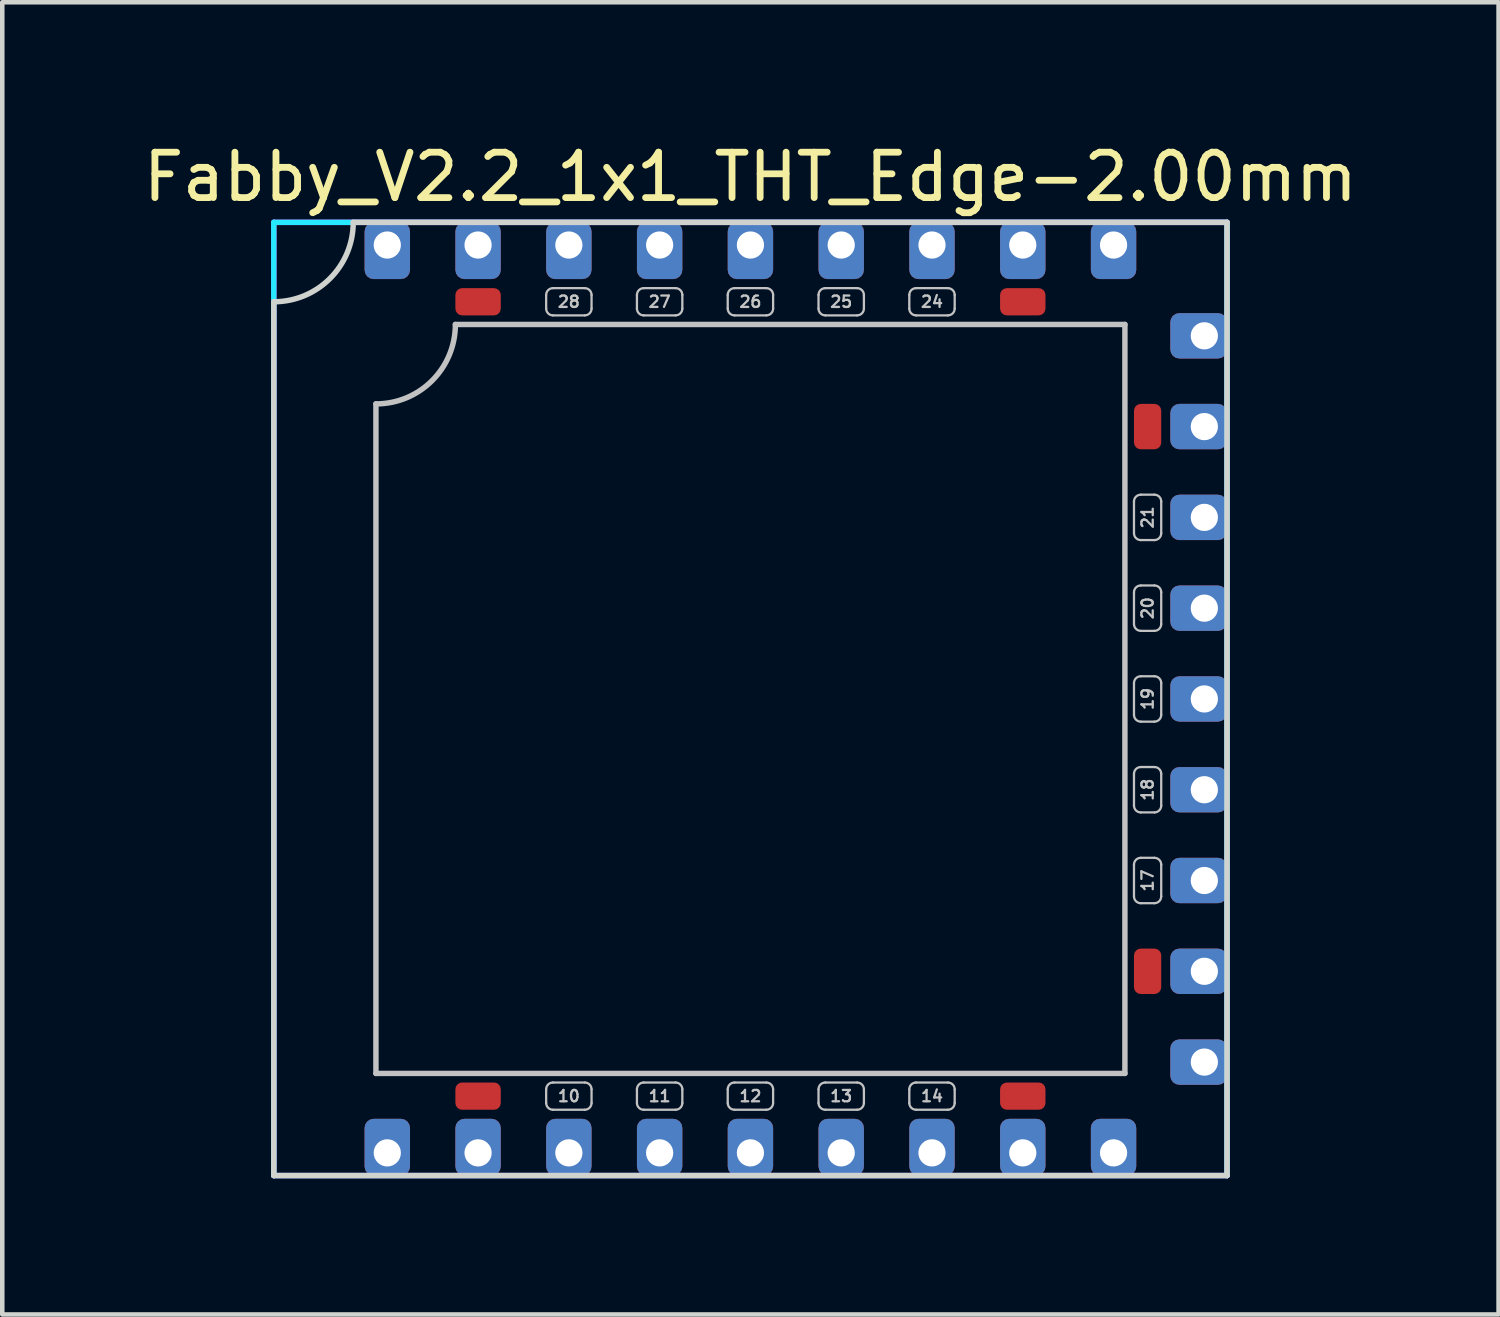
<source format=kicad_pcb>
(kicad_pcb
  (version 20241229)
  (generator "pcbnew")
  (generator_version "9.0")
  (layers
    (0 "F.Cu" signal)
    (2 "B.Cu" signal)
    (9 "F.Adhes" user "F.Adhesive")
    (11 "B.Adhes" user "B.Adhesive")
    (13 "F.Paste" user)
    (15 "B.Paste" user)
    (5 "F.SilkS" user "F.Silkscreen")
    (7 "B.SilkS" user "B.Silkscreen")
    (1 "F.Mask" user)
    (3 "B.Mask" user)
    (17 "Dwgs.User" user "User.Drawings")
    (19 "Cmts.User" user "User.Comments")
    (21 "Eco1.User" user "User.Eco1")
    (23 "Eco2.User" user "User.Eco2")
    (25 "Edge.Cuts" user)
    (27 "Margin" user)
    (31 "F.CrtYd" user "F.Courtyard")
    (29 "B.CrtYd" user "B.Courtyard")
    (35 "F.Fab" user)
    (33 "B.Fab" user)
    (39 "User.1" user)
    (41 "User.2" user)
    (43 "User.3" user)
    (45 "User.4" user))
  (footprint "Fabby_V2.2_1x1_THT_Edge-2.00mm"
    (layer "F.Cu")
    (at 13.482 12.348)
    (property "Reference" "Fabby_V2.2_1x1_THT_Edge-2.00mm" (at 0 -11.5 0) (layer "F.SilkS") (effects (font (size 1 1) (thickness 0.15))))
    (attr through_hole)
    (fp_line (start -8.25 8.25) (end -8.25 -6.5) (stroke (width 0.12) (type solid)) (layer "Dwgs.User"))
    (fp_line (start -6.5 -8.25) (end 8.25 -8.25) (stroke (width 0.12) (type solid)) (layer "Dwgs.User"))
    (fp_line (start -4.5 -8.9) (end -4.5 -8.6) (stroke (width 0.05) (type solid)) (layer "Dwgs.User"))
    (fp_line (start -4.5 8.6) (end -4.5 8.9) (stroke (width 0.05) (type solid)) (layer "Dwgs.User"))
    (fp_line (start -4.35 -9.05) (end -3.65 -9.05) (stroke (width 0.05) (type solid)) (layer "Dwgs.User"))
    (fp_line (start -4.35 -8.45) (end -3.65 -8.45) (stroke (width 0.05) (type solid)) (layer "Dwgs.User"))
    (fp_line (start -4.35 8.45) (end -3.65 8.45) (stroke (width 0.05) (type solid)) (layer "Dwgs.User"))
    (fp_line (start -4.35 9.05) (end -3.65 9.05) (stroke (width 0.05) (type solid)) (layer "Dwgs.User"))
    (fp_line (start -3.5 -8.9) (end -3.5 -8.6) (stroke (width 0.05) (type solid)) (layer "Dwgs.User"))
    (fp_line (start -3.5 8.6) (end -3.5 8.9) (stroke (width 0.05) (type solid)) (layer "Dwgs.User"))
    (fp_line (start -2.5 -8.9) (end -2.5 -8.6) (stroke (width 0.05) (type solid)) (layer "Dwgs.User"))
    (fp_line (start -2.5 8.6) (end -2.5 8.9) (stroke (width 0.05) (type solid)) (layer "Dwgs.User"))
    (fp_line (start -2.35 -9.05) (end -1.65 -9.05) (stroke (width 0.05) (type solid)) (layer "Dwgs.User"))
    (fp_line (start -2.35 -8.45) (end -1.65 -8.45) (stroke (width 0.05) (type solid)) (layer "Dwgs.User"))
    (fp_line (start -2.35 8.45) (end -1.65 8.45) (stroke (width 0.05) (type solid)) (layer "Dwgs.User"))
    (fp_line (start -2.35 9.05) (end -1.65 9.05) (stroke (width 0.05) (type solid)) (layer "Dwgs.User"))
    (fp_line (start -1.5 -8.9) (end -1.5 -8.6) (stroke (width 0.05) (type solid)) (layer "Dwgs.User"))
    (fp_line (start -1.5 8.6) (end -1.5 8.9) (stroke (width 0.05) (type solid)) (layer "Dwgs.User"))
    (fp_line (start -0.5 -8.9) (end -0.5 -8.6) (stroke (width 0.05) (type solid)) (layer "Dwgs.User"))
    (fp_line (start -0.5 8.6) (end -0.5 8.9) (stroke (width 0.05) (type solid)) (layer "Dwgs.User"))
    (fp_line (start -0.35 -9.05) (end 0.35 -9.05) (stroke (width 0.05) (type solid)) (layer "Dwgs.User"))
    (fp_line (start -0.35 -8.45) (end 0.35 -8.45) (stroke (width 0.05) (type solid)) (layer "Dwgs.User"))
    (fp_line (start -0.35 8.45) (end 0.35 8.45) (stroke (width 0.05) (type solid)) (layer "Dwgs.User"))
    (fp_line (start -0.35 9.05) (end 0.35 9.05) (stroke (width 0.05) (type solid)) (layer "Dwgs.User"))
    (fp_line (start 0.5 -8.9) (end 0.5 -8.6) (stroke (width 0.05) (type solid)) (layer "Dwgs.User"))
    (fp_line (start 0.5 8.6) (end 0.5 8.9) (stroke (width 0.05) (type solid)) (layer "Dwgs.User"))
    (fp_line (start 1.5 -8.9) (end 1.5 -8.6) (stroke (width 0.05) (type solid)) (layer "Dwgs.User"))
    (fp_line (start 1.5 8.6) (end 1.5 8.9) (stroke (width 0.05) (type solid)) (layer "Dwgs.User"))
    (fp_line (start 1.65 -9.05) (end 2.35 -9.05) (stroke (width 0.05) (type solid)) (layer "Dwgs.User"))
    (fp_line (start 1.65 -8.45) (end 2.35 -8.45) (stroke (width 0.05) (type solid)) (layer "Dwgs.User"))
    (fp_line (start 1.65 8.45) (end 2.35 8.45) (stroke (width 0.05) (type solid)) (layer "Dwgs.User"))
    (fp_line (start 1.65 9.05) (end 2.35 9.05) (stroke (width 0.05) (type solid)) (layer "Dwgs.User"))
    (fp_line (start 2.5 -8.9) (end 2.5 -8.6) (stroke (width 0.05) (type solid)) (layer "Dwgs.User"))
    (fp_line (start 2.5 8.6) (end 2.5 8.9) (stroke (width 0.05) (type solid)) (layer "Dwgs.User"))
    (fp_line (start 3.5 -8.9) (end 3.5 -8.6) (stroke (width 0.05) (type solid)) (layer "Dwgs.User"))
    (fp_line (start 3.5 8.6) (end 3.5 8.9) (stroke (width 0.05) (type solid)) (layer "Dwgs.User"))
    (fp_line (start 3.65 -9.05) (end 4.35 -9.05) (stroke (width 0.05) (type solid)) (layer "Dwgs.User"))
    (fp_line (start 3.65 -8.45) (end 4.35 -8.45) (stroke (width 0.05) (type solid)) (layer "Dwgs.User"))
    (fp_line (start 3.65 8.45) (end 4.35 8.45) (stroke (width 0.05) (type solid)) (layer "Dwgs.User"))
    (fp_line (start 3.65 9.05) (end 4.35 9.05) (stroke (width 0.05) (type solid)) (layer "Dwgs.User"))
    (fp_line (start 4.5 -8.9) (end 4.5 -8.6) (stroke (width 0.05) (type solid)) (layer "Dwgs.User"))
    (fp_line (start 4.5 8.6) (end 4.5 8.9) (stroke (width 0.05) (type solid)) (layer "Dwgs.User"))
    (fp_line (start 8.25 -8.25) (end 8.25 8.25) (stroke (width 0.12) (type solid)) (layer "Dwgs.User"))
    (fp_line (start 8.25 8.25) (end -8.25 8.25) (stroke (width 0.12) (type solid)) (layer "Dwgs.User"))
    (fp_line (start 8.45 -4.35) (end 8.45 -3.65) (stroke (width 0.05) (type solid)) (layer "Dwgs.User"))
    (fp_line (start 8.45 -2.35) (end 8.45 -1.65) (stroke (width 0.05) (type solid)) (layer "Dwgs.User"))
    (fp_line (start 8.45 -0.35) (end 8.45 0.35) (stroke (width 0.05) (type solid)) (layer "Dwgs.User"))
    (fp_line (start 8.45 1.65) (end 8.45 2.35) (stroke (width 0.05) (type solid)) (layer "Dwgs.User"))
    (fp_line (start 8.45 3.65) (end 8.45 4.35) (stroke (width 0.05) (type solid)) (layer "Dwgs.User"))
    (fp_line (start 8.9 -4.5) (end 8.6 -4.5) (stroke (width 0.05) (type solid)) (layer "Dwgs.User"))
    (fp_line (start 8.9 -3.5) (end 8.6 -3.5) (stroke (width 0.05) (type solid)) (layer "Dwgs.User"))
    (fp_line (start 8.9 -2.5) (end 8.6 -2.5) (stroke (width 0.05) (type solid)) (layer "Dwgs.User"))
    (fp_line (start 8.9 -1.5) (end 8.6 -1.5) (stroke (width 0.05) (type solid)) (layer "Dwgs.User"))
    (fp_line (start 8.9 -0.5) (end 8.6 -0.5) (stroke (width 0.05) (type solid)) (layer "Dwgs.User"))
    (fp_line (start 8.9 0.5) (end 8.6 0.5) (stroke (width 0.05) (type solid)) (layer "Dwgs.User"))
    (fp_line (start 8.9 1.5) (end 8.6 1.5) (stroke (width 0.05) (type solid)) (layer "Dwgs.User"))
    (fp_line (start 8.9 2.5) (end 8.6 2.5) (stroke (width 0.05) (type solid)) (layer "Dwgs.User"))
    (fp_line (start 8.9 3.5) (end 8.6 3.5) (stroke (width 0.05) (type solid)) (layer "Dwgs.User"))
    (fp_line (start 8.9 4.5) (end 8.6 4.5) (stroke (width 0.05) (type solid)) (layer "Dwgs.User"))
    (fp_line (start 9.05 -4.35) (end 9.05 -3.65) (stroke (width 0.05) (type solid)) (layer "Dwgs.User"))
    (fp_line (start 9.05 -2.35) (end 9.05 -1.65) (stroke (width 0.05) (type solid)) (layer "Dwgs.User"))
    (fp_line (start 9.05 -0.35) (end 9.05 0.35) (stroke (width 0.05) (type solid)) (layer "Dwgs.User"))
    (fp_line (start 9.05 1.65) (end 9.05 2.35) (stroke (width 0.05) (type solid)) (layer "Dwgs.User"))
    (fp_line (start 9.05 3.65) (end 9.05 4.35) (stroke (width 0.05) (type solid)) (layer "Dwgs.User"))
    (fp_arc (start -6.5 -8.25) (mid -7.012563 -7.012563) (end -8.25 -6.5) (stroke (width 0.12) (type solid)) (layer "Dwgs.User"))
    (fp_arc (start -4.5 -8.9) (mid -4.456066 -9.006066) (end -4.35 -9.05) (stroke (width 0.05) (type solid)) (layer "Dwgs.User"))
    (fp_arc (start -4.5 8.6) (mid -4.456066 8.493934) (end -4.35 8.45) (stroke (width 0.05) (type solid)) (layer "Dwgs.User"))
    (fp_arc (start -4.35 -8.45) (mid -4.456066 -8.493934) (end -4.5 -8.6) (stroke (width 0.05) (type solid)) (layer "Dwgs.User"))
    (fp_arc (start -4.35 9.05) (mid -4.456066 9.006066) (end -4.5 8.9) (stroke (width 0.05) (type solid)) (layer "Dwgs.User"))
    (fp_arc (start -3.65 -9.05) (mid -3.543934 -9.006066) (end -3.5 -8.9) (stroke (width 0.05) (type solid)) (layer "Dwgs.User"))
    (fp_arc (start -3.65 8.45) (mid -3.543934 8.493934) (end -3.5 8.6) (stroke (width 0.05) (type solid)) (layer "Dwgs.User"))
    (fp_arc (start -3.5 -8.6) (mid -3.543934 -8.493934) (end -3.65 -8.45) (stroke (width 0.05) (type solid)) (layer "Dwgs.User"))
    (fp_arc (start -3.5 8.9) (mid -3.543934 9.006066) (end -3.65 9.05) (stroke (width 0.05) (type solid)) (layer "Dwgs.User"))
    (fp_arc (start -2.5 -8.9) (mid -2.456066 -9.006066) (end -2.35 -9.05) (stroke (width 0.05) (type solid)) (layer "Dwgs.User"))
    (fp_arc (start -2.5 8.6) (mid -2.456066 8.493934) (end -2.35 8.45) (stroke (width 0.05) (type solid)) (layer "Dwgs.User"))
    (fp_arc (start -2.35 -8.45) (mid -2.456066 -8.493934) (end -2.5 -8.6) (stroke (width 0.05) (type solid)) (layer "Dwgs.User"))
    (fp_arc (start -2.35 9.05) (mid -2.456066 9.006066) (end -2.5 8.9) (stroke (width 0.05) (type solid)) (layer "Dwgs.User"))
    (fp_arc (start -1.65 -9.05) (mid -1.543934 -9.006066) (end -1.5 -8.9) (stroke (width 0.05) (type solid)) (layer "Dwgs.User"))
    (fp_arc (start -1.65 8.45) (mid -1.543934 8.493934) (end -1.5 8.6) (stroke (width 0.05) (type solid)) (layer "Dwgs.User"))
    (fp_arc (start -1.5 -8.6) (mid -1.543934 -8.493934) (end -1.65 -8.45) (stroke (width 0.05) (type solid)) (layer "Dwgs.User"))
    (fp_arc (start -1.5 8.9) (mid -1.543934 9.006066) (end -1.65 9.05) (stroke (width 0.05) (type solid)) (layer "Dwgs.User"))
    (fp_arc (start -0.5 -8.9) (mid -0.456066 -9.006066) (end -0.35 -9.05) (stroke (width 0.05) (type solid)) (layer "Dwgs.User"))
    (fp_arc (start -0.5 8.6) (mid -0.456066 8.493934) (end -0.35 8.45) (stroke (width 0.05) (type solid)) (layer "Dwgs.User"))
    (fp_arc (start -0.35 -8.45) (mid -0.456066 -8.493934) (end -0.5 -8.6) (stroke (width 0.05) (type solid)) (layer "Dwgs.User"))
    (fp_arc (start -0.35 9.05) (mid -0.456066 9.006066) (end -0.5 8.9) (stroke (width 0.05) (type solid)) (layer "Dwgs.User"))
    (fp_arc (start 0.35 -9.05) (mid 0.456066 -9.006066) (end 0.5 -8.9) (stroke (width 0.05) (type solid)) (layer "Dwgs.User"))
    (fp_arc (start 0.35 8.45) (mid 0.456066 8.493934) (end 0.5 8.6) (stroke (width 0.05) (type solid)) (layer "Dwgs.User"))
    (fp_arc (start 0.5 -8.6) (mid 0.456066 -8.493934) (end 0.35 -8.45) (stroke (width 0.05) (type solid)) (layer "Dwgs.User"))
    (fp_arc (start 0.5 8.9) (mid 0.456066 9.006066) (end 0.35 9.05) (stroke (width 0.05) (type solid)) (layer "Dwgs.User"))
    (fp_arc (start 1.5 -8.9) (mid 1.543934 -9.006066) (end 1.65 -9.05) (stroke (width 0.05) (type solid)) (layer "Dwgs.User"))
    (fp_arc (start 1.5 8.6) (mid 1.543934 8.493934) (end 1.65 8.45) (stroke (width 0.05) (type solid)) (layer "Dwgs.User"))
    (fp_arc (start 1.65 -8.45) (mid 1.543934 -8.493934) (end 1.5 -8.6) (stroke (width 0.05) (type solid)) (layer "Dwgs.User"))
    (fp_arc (start 1.65 9.05) (mid 1.543934 9.006066) (end 1.5 8.9) (stroke (width 0.05) (type solid)) (layer "Dwgs.User"))
    (fp_arc (start 2.35 -9.05) (mid 2.456066 -9.006066) (end 2.5 -8.9) (stroke (width 0.05) (type solid)) (layer "Dwgs.User"))
    (fp_arc (start 2.35 8.45) (mid 2.456066 8.493934) (end 2.5 8.6) (stroke (width 0.05) (type solid)) (layer "Dwgs.User"))
    (fp_arc (start 2.5 -8.6) (mid 2.456066 -8.493934) (end 2.35 -8.45) (stroke (width 0.05) (type solid)) (layer "Dwgs.User"))
    (fp_arc (start 2.5 8.9) (mid 2.456066 9.006066) (end 2.35 9.05) (stroke (width 0.05) (type solid)) (layer "Dwgs.User"))
    (fp_arc (start 3.5 -8.9) (mid 3.543934 -9.006066) (end 3.65 -9.05) (stroke (width 0.05) (type solid)) (layer "Dwgs.User"))
    (fp_arc (start 3.5 8.6) (mid 3.543934 8.493934) (end 3.65 8.45) (stroke (width 0.05) (type solid)) (layer "Dwgs.User"))
    (fp_arc (start 3.65 -8.45) (mid 3.543934 -8.493934) (end 3.5 -8.6) (stroke (width 0.05) (type solid)) (layer "Dwgs.User"))
    (fp_arc (start 3.65 9.05) (mid 3.543934 9.006066) (end 3.5 8.9) (stroke (width 0.05) (type solid)) (layer "Dwgs.User"))
    (fp_arc (start 4.35 -9.05) (mid 4.456066 -9.006066) (end 4.5 -8.9) (stroke (width 0.05) (type solid)) (layer "Dwgs.User"))
    (fp_arc (start 4.35 8.45) (mid 4.456066 8.493934) (end 4.5 8.6) (stroke (width 0.05) (type solid)) (layer "Dwgs.User"))
    (fp_arc (start 4.5 -8.6) (mid 4.456066 -8.493934) (end 4.35 -8.45) (stroke (width 0.05) (type solid)) (layer "Dwgs.User"))
    (fp_arc (start 4.5 8.9) (mid 4.456066 9.006066) (end 4.35 9.05) (stroke (width 0.05) (type solid)) (layer "Dwgs.User"))
    (fp_arc (start 8.45 -4.35) (mid 8.493934 -4.456066) (end 8.6 -4.5) (stroke (width 0.05) (type solid)) (layer "Dwgs.User"))
    (fp_arc (start 8.45 -2.35) (mid 8.493934 -2.456066) (end 8.6 -2.5) (stroke (width 0.05) (type solid)) (layer "Dwgs.User"))
    (fp_arc (start 8.45 -0.35) (mid 8.493934 -0.456066) (end 8.6 -0.5) (stroke (width 0.05) (type solid)) (layer "Dwgs.User"))
    (fp_arc (start 8.45 1.65) (mid 8.493934 1.543934) (end 8.6 1.5) (stroke (width 0.05) (type solid)) (layer "Dwgs.User"))
    (fp_arc (start 8.45 3.65) (mid 8.493934 3.543934) (end 8.6 3.5) (stroke (width 0.05) (type solid)) (layer "Dwgs.User"))
    (fp_arc (start 8.6 -3.5) (mid 8.493934 -3.543934) (end 8.45 -3.65) (stroke (width 0.05) (type solid)) (layer "Dwgs.User"))
    (fp_arc (start 8.6 -1.5) (mid 8.493934 -1.543934) (end 8.45 -1.65) (stroke (width 0.05) (type solid)) (layer "Dwgs.User"))
    (fp_arc (start 8.6 0.5) (mid 8.493934 0.456066) (end 8.45 0.35) (stroke (width 0.05) (type solid)) (layer "Dwgs.User"))
    (fp_arc (start 8.6 2.5) (mid 8.493934 2.456066) (end 8.45 2.35) (stroke (width 0.05) (type solid)) (layer "Dwgs.User"))
    (fp_arc (start 8.6 4.5) (mid 8.493934 4.456066) (end 8.45 4.35) (stroke (width 0.05) (type solid)) (layer "Dwgs.User"))
    (fp_arc (start 8.9 -4.5) (mid 9.006066 -4.456066) (end 9.05 -4.35) (stroke (width 0.05) (type solid)) (layer "Dwgs.User"))
    (fp_arc (start 8.9 -2.5) (mid 9.006066 -2.456066) (end 9.05 -2.35) (stroke (width 0.05) (type solid)) (layer "Dwgs.User"))
    (fp_arc (start 8.9 -0.5) (mid 9.006066 -0.456066) (end 9.05 -0.35) (stroke (width 0.05) (type solid)) (layer "Dwgs.User"))
    (fp_arc (start 8.9 1.5) (mid 9.006066 1.543934) (end 9.05 1.65) (stroke (width 0.05) (type solid)) (layer "Dwgs.User"))
    (fp_arc (start 8.9 3.5) (mid 9.006066 3.543934) (end 9.05 3.65) (stroke (width 0.05) (type solid)) (layer "Dwgs.User"))
    (fp_arc (start 9.05 -3.65) (mid 9.006066 -3.543934) (end 8.9 -3.5) (stroke (width 0.05) (type solid)) (layer "Dwgs.User"))
    (fp_arc (start 9.05 -1.65) (mid 9.006066 -1.543934) (end 8.9 -1.5) (stroke (width 0.05) (type solid)) (layer "Dwgs.User"))
    (fp_arc (start 9.05 0.35) (mid 9.006066 0.456066) (end 8.9 0.5) (stroke (width 0.05) (type solid)) (layer "Dwgs.User"))
    (fp_arc (start 9.05 2.35) (mid 9.006066 2.456066) (end 8.9 2.5) (stroke (width 0.05) (type solid)) (layer "Dwgs.User"))
    (fp_arc (start 9.05 4.35) (mid 9.006066 4.456066) (end 8.9 4.5) (stroke (width 0.05) (type solid)) (layer "Dwgs.User"))
    (fp_line (start -10.5 -8.75) (end -10.5 10.5) (stroke (width 0.12) (type solid)) (layer "Edge.Cuts"))
    (fp_line (start -10.5 10.5) (end 10.5 10.5) (stroke (width 0.12) (type solid)) (layer "Edge.Cuts"))
    (fp_line (start -8.75 -10.5) (end 10.5 -10.5) (stroke (width 0.12) (type solid)) (layer "Edge.Cuts"))
    (fp_line (start 10.5 -10.5) (end 10.5 10.5) (stroke (width 0.12) (type solid)) (layer "Edge.Cuts"))
    (fp_arc (start -8.75 -10.5) (mid -9.262563 -9.262563) (end -10.5 -8.75) (stroke (width 0.12) (type solid)) (layer "Edge.Cuts"))
    (fp_line (start -10.5 -10.5) (end 10.5 -10.5) (stroke (width 0.12) (type solid)) (layer "B.CrtYd"))
    (fp_line (start -10.5 10.5) (end -10.5 -10.5) (stroke (width 0.12) (type solid)) (layer "B.CrtYd"))
    (fp_line (start -10.5 10.5) (end 10.5 10.5) (stroke (width 0.12) (type solid)) (layer "B.CrtYd"))
    (fp_line (start 10.5 10.5) (end 10.5 -10.5) (stroke (width 0.12) (type solid)) (layer "B.CrtYd"))
    (fp_line (start -10.5 -10.5) (end 10.5 -10.5) (stroke (width 0.12) (type solid)) (layer "F.CrtYd"))
    (fp_line (start -10.5 10.5) (end -10.5 -10.5) (stroke (width 0.12) (type solid)) (layer "F.CrtYd"))
    (fp_line (start -10.5 10.5) (end 10.5 10.5) (stroke (width 0.12) (type solid)) (layer "F.CrtYd"))
    (fp_line (start 10.5 10.5) (end 10.5 -10.5) (stroke (width 0.12) (type solid)) (layer "F.CrtYd"))
    (fp_text user "17" (at 8.75 4 270) (layer "Dwgs.User") (effects (font (size 0.25 0.25) (thickness 0.05))))
    (fp_text user "27" (at -2 -8.75 0) (layer "Dwgs.User") (effects (font (size 0.25 0.25) (thickness 0.05))))
    (fp_text user "13" (at 2 8.75 0) (layer "Dwgs.User") (effects (font (size 0.25 0.25) (thickness 0.05))))
    (fp_text user "25" (at 2 -8.75 0) (layer "Dwgs.User") (effects (font (size 0.25 0.25) (thickness 0.05))))
    (fp_text user "12" (at 0 8.75 0) (layer "Dwgs.User") (effects (font (size 0.25 0.25) (thickness 0.05))))
    (fp_text user "20" (at 8.75 -2 270) (layer "Dwgs.User") (effects (font (size 0.25 0.25) (thickness 0.05))))
    (fp_text user "18" (at 8.75 2 270) (layer "Dwgs.User") (effects (font (size 0.25 0.25) (thickness 0.05))))
    (fp_text user "19" (at 8.75 0 270) (layer "Dwgs.User") (effects (font (size 0.25 0.25) (thickness 0.05))))
    (fp_text user "24" (at 4 -8.75 0) (layer "Dwgs.User") (effects (font (size 0.25 0.25) (thickness 0.05))))
    (fp_text user "14" (at 4 8.75 0) (layer "Dwgs.User") (effects (font (size 0.25 0.25) (thickness 0.05))))
    (fp_text user "28" (at -4 -8.75 0) (layer "Dwgs.User") (effects (font (size 0.25 0.25) (thickness 0.05))))
    (fp_text user "21" (at 8.75 -4 270) (layer "Dwgs.User") (effects (font (size 0.25 0.25) (thickness 0.05))))
    (fp_text user "10" (at -4 8.75 0) (layer "Dwgs.User") (effects (font (size 0.25 0.25) (thickness 0.05))))
    (fp_text user "11" (at -2 8.75 0) (layer "Dwgs.User") (effects (font (size 0.25 0.25) (thickness 0.05))))
    (fp_text user "26" (at 0 -8.75 0) (layer "Dwgs.User") (effects (font (size 0.25 0.25) (thickness 0.05))))
    (pad "" thru_hole roundrect (at -6 -10) (size 1 1.25) (drill 0.6 (offset 0 0.125)) (layers "*.Cu" "*.Mask") (roundrect_rratio 0.2))
    (pad "" thru_hole roundrect (at -6 10 180) (size 1 1.25) (drill 0.6 (offset 0 0.125)) (layers "*.Cu" "*.Mask") (roundrect_rratio 0.2))
    (pad "" thru_hole roundrect (at 6 -10) (size 1 1.25) (drill 0.6 (offset 0 0.125)) (layers "*.Cu" "*.Mask") (roundrect_rratio 0.2))
    (pad "" thru_hole roundrect (at 6 10 180) (size 1 1.25) (drill 0.6 (offset 0 0.125)) (layers "*.Cu" "*.Mask") (roundrect_rratio 0.2))
    (pad "" thru_hole roundrect (at 10 -6 270) (size 1 1.25) (drill 0.6 (offset 0 0.125)) (layers "*.Cu" "*.Mask") (roundrect_rratio 0.2))
    (pad "" thru_hole roundrect (at 10 6 270) (size 1 1.25) (drill 0.6 (offset 0 0.125)) (layers "*.Cu" "*.Mask") (roundrect_rratio 0.2))
    (pad "1" thru_hole roundrect (at -8 -10) (size 1 1.25) (drill 0.6 (offset 0 0.125)) (layers "*.Cu" "*.Mask") (roundrect_rratio 0.2))
    (pad "1" thru_hole roundrect (at -8 10 180) (size 1 1.25) (drill 0.6 (offset 0 0.125)) (layers "*.Cu" "*.Mask") (roundrect_rratio 0.2))
    (pad "1" thru_hole roundrect (at 8 -10) (size 1 1.25) (drill 0.6 (offset 0 0.125)) (layers "*.Cu" "*.Mask") (roundrect_rratio 0.2))
    (pad "1" thru_hole roundrect (at 8 10 180) (size 1 1.25) (drill 0.6 (offset 0 0.125)) (layers "*.Cu" "*.Mask") (roundrect_rratio 0.2))
    (pad "1" thru_hole roundrect (at 10 -8 270) (size 1 1.25) (drill 0.6 (offset 0 0.125)) (layers "*.Cu" "*.Mask") (roundrect_rratio 0.2))
    (pad "1" thru_hole roundrect (at 10 8 270) (size 1 1.25) (drill 0.6 (offset 0 0.125)) (layers "*.Cu" "*.Mask") (roundrect_rratio 0.2))
    (pad "9" smd roundrect (at -6 8.75 90) (size 0.6 1) (layers "F.Cu" "F.Mask" "F.Paste") (roundrect_rratio 0.25))
    (pad "10" thru_hole roundrect (at -4 10 180) (size 1 1.25) (drill 0.6 (offset 0 0.125)) (layers "*.Cu" "*.Mask") (roundrect_rratio 0.2))
    (pad "11" thru_hole roundrect (at -2 10 180) (size 1 1.25) (drill 0.6 (offset 0 0.125)) (layers "*.Cu" "*.Mask") (roundrect_rratio 0.2))
    (pad "12" thru_hole roundrect (at 0 10 180) (size 1 1.25) (drill 0.6 (offset 0 0.125)) (layers "*.Cu" "*.Mask") (roundrect_rratio 0.2))
    (pad "13" thru_hole roundrect (at 2 10 180) (size 1 1.25) (drill 0.6 (offset 0 0.125)) (layers "*.Cu" "*.Mask") (roundrect_rratio 0.2))
    (pad "14" thru_hole roundrect (at 4 10 180) (size 1 1.25) (drill 0.6 (offset 0 0.125)) (layers "*.Cu" "*.Mask") (roundrect_rratio 0.2))
    (pad "15" smd roundrect (at 6 8.75 90) (size 0.6 1) (layers "F.Cu" "F.Mask" "F.Paste") (roundrect_rratio 0.25))
    (pad "16" smd roundrect (at 8.75 6 180) (size 0.6 1) (layers "F.Cu" "F.Mask" "F.Paste") (roundrect_rratio 0.25))
    (pad "17" thru_hole roundrect (at 10 4 270) (size 1 1.25) (drill 0.6 (offset 0 0.125)) (layers "*.Cu" "*.Mask") (roundrect_rratio 0.2))
    (pad "18" thru_hole roundrect (at 10 2 270) (size 1 1.25) (drill 0.6 (offset 0 0.125)) (layers "*.Cu" "*.Mask") (roundrect_rratio 0.2))
    (pad "19" thru_hole roundrect (at 10 0 270) (size 1 1.25) (drill 0.6 (offset 0 0.125)) (layers "*.Cu" "*.Mask") (roundrect_rratio 0.2))
    (pad "20" thru_hole roundrect (at 10 -2 270) (size 1 1.25) (drill 0.6 (offset 0 0.125)) (layers "*.Cu" "*.Mask") (roundrect_rratio 0.2))
    (pad "21" thru_hole roundrect (at 10 -4 270) (size 1 1.25) (drill 0.6 (offset 0 0.125)) (layers "*.Cu" "*.Mask") (roundrect_rratio 0.2))
    (pad "22" smd roundrect (at 8.75 -6 180) (size 0.6 1) (layers "F.Cu" "F.Mask" "F.Paste") (roundrect_rratio 0.25))
    (pad "23" smd roundrect (at 6 -8.75 270) (size 0.6 1) (layers "F.Cu" "F.Mask" "F.Paste") (roundrect_rratio 0.25))
    (pad "24" thru_hole roundrect (at 4 -10) (size 1 1.25) (drill 0.6 (offset 0 0.125)) (layers "*.Cu" "*.Mask") (roundrect_rratio 0.2))
    (pad "25" thru_hole roundrect (at 2 -10) (size 1 1.25) (drill 0.6 (offset 0 0.125)) (layers "*.Cu" "*.Mask") (roundrect_rratio 0.2))
    (pad "26" thru_hole roundrect (at 0 -10) (size 1 1.25) (drill 0.6 (offset 0 0.125)) (layers "*.Cu" "*.Mask") (roundrect_rratio 0.2))
    (pad "27" thru_hole roundrect (at -2 -10) (size 1 1.25) (drill 0.6 (offset 0 0.125)) (layers "*.Cu" "*.Mask") (roundrect_rratio 0.2))
    (pad "28" thru_hole roundrect (at -4 -10) (size 1 1.25) (drill 0.6 (offset 0 0.125)) (layers "*.Cu" "*.Mask") (roundrect_rratio 0.2))
    (pad "29" smd roundrect (at -6 -8.75 270) (size 0.6 1) (layers "F.Cu" "F.Mask" "F.Paste") (roundrect_rratio 0.25)))
  (gr_rect
    (start -3 -3)
    (end 29.964 25.908)
    (stroke (width 0.1) (type default))
    (fill no)
    (layer "Edge.Cuts")))
</source>
